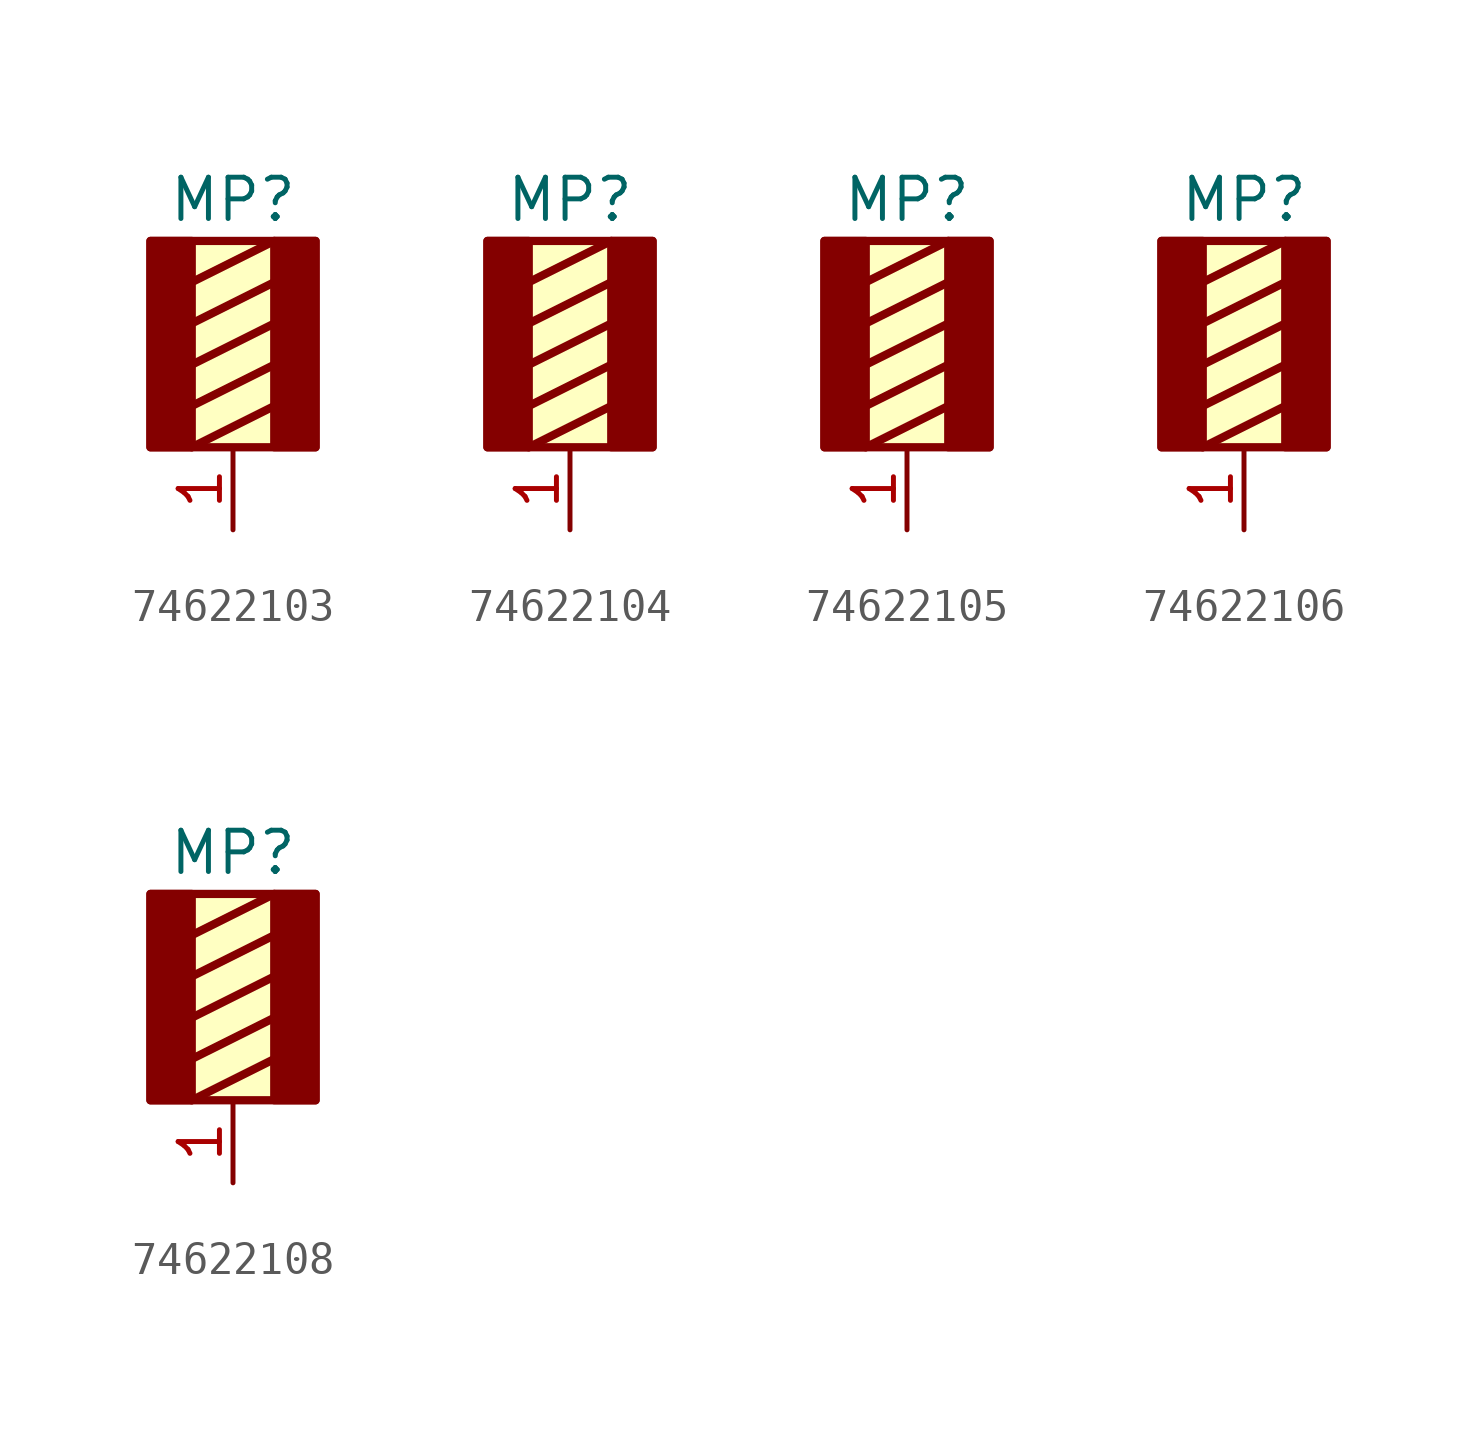
<source format=kicad_sym>
(kicad_symbol_lib
  (version 20220914)
  (generator kicad_symbol_editor)
  (symbol "74622103"
    (pin_names hide)
    (property "Reference" "MP"
      (at 0 5.08 0)
      (effects (font (size 1.27 1.27))))
    (symbol "74622103_0_0"
      (rectangle (start -2.54 3.81) (end 2.54 -2.54) (stroke (width 0.254) (type default)) (fill (type background)))
      (polyline (pts (xy -1.27 2.54) (xy 1.27 3.81)) (stroke (width 0.254) (type default)) (fill (type none)))
      (polyline (pts (xy 1.27 -1.27) (xy -1.27 -2.54)) (stroke (width 0.254) (type default)) (fill (type none)))
      (polyline (pts (xy 1.27 0) (xy -1.27 -1.27)) (stroke (width 0.254) (type default)) (fill (type none)))
      (polyline (pts (xy 1.27 1.27) (xy -1.27 0)) (stroke (width 0.254) (type default)) (fill (type none)))
      (polyline (pts (xy 1.27 2.54) (xy -1.27 1.27)) (stroke (width 0.254) (type default)) (fill (type none))))
    (symbol "74622103_1_0"
      (rectangle (start -2.54 3.81) (end -1.27 -2.54) (stroke (width 0.254) (type default)) (fill (type outline)))
      (rectangle (start 1.27 3.81) (end 2.54 -2.54) (stroke (width 0.254) (type default)) (fill (type outline)))
      (pin passive line (at 0 -5.08 90) (length 2.54) (name "1" (effects (font (size 1.27 1.27)))) (number "1" (effects (font (size 1.27 1.27)))))))
  (symbol "74622104"
    (pin_names hide)
    (property "Reference" "MP"
      (at 0 5.08 0)
      (effects (font (size 1.27 1.27))))
    (symbol "74622104_0_0"
      (rectangle (start -2.54 3.81) (end 2.54 -2.54) (stroke (width 0.254) (type default)) (fill (type background)))
      (polyline (pts (xy -1.27 2.54) (xy 1.27 3.81)) (stroke (width 0.254) (type default)) (fill (type none)))
      (polyline (pts (xy 1.27 -1.27) (xy -1.27 -2.54)) (stroke (width 0.254) (type default)) (fill (type none)))
      (polyline (pts (xy 1.27 0) (xy -1.27 -1.27)) (stroke (width 0.254) (type default)) (fill (type none)))
      (polyline (pts (xy 1.27 1.27) (xy -1.27 0)) (stroke (width 0.254) (type default)) (fill (type none)))
      (polyline (pts (xy 1.27 2.54) (xy -1.27 1.27)) (stroke (width 0.254) (type default)) (fill (type none))))
    (symbol "74622104_1_0"
      (rectangle (start -2.54 3.81) (end -1.27 -2.54) (stroke (width 0.254) (type default)) (fill (type outline)))
      (rectangle (start 1.27 3.81) (end 2.54 -2.54) (stroke (width 0.254) (type default)) (fill (type outline)))
      (pin passive line (at 0 -5.08 90) (length 2.54) (name "1" (effects (font (size 1.27 1.27)))) (number "1" (effects (font (size 1.27 1.27)))))))
  (symbol "74622105"
    (pin_names hide)
    (property "Reference" "MP"
      (at 0 5.08 0)
      (effects (font (size 1.27 1.27))))
    (symbol "74622105_0_0"
      (rectangle (start -2.54 3.81) (end 2.54 -2.54) (stroke (width 0.254) (type default)) (fill (type background)))
      (polyline (pts (xy -1.27 2.54) (xy 1.27 3.81)) (stroke (width 0.254) (type default)) (fill (type none)))
      (polyline (pts (xy 1.27 -1.27) (xy -1.27 -2.54)) (stroke (width 0.254) (type default)) (fill (type none)))
      (polyline (pts (xy 1.27 0) (xy -1.27 -1.27)) (stroke (width 0.254) (type default)) (fill (type none)))
      (polyline (pts (xy 1.27 1.27) (xy -1.27 0)) (stroke (width 0.254) (type default)) (fill (type none)))
      (polyline (pts (xy 1.27 2.54) (xy -1.27 1.27)) (stroke (width 0.254) (type default)) (fill (type none))))
    (symbol "74622105_1_0"
      (rectangle (start -2.54 3.81) (end -1.27 -2.54) (stroke (width 0.254) (type default)) (fill (type outline)))
      (rectangle (start 1.27 3.81) (end 2.54 -2.54) (stroke (width 0.254) (type default)) (fill (type outline)))
      (pin passive line (at 0 -5.08 90) (length 2.54) (name "1" (effects (font (size 1.27 1.27)))) (number "1" (effects (font (size 1.27 1.27)))))))
  (symbol "74622106"
    (pin_names hide)
    (property "Reference" "MP"
      (at 0 5.08 0)
      (effects (font (size 1.27 1.27))))
    (symbol "74622106_0_0"
      (rectangle (start -2.54 3.81) (end 2.54 -2.54) (stroke (width 0.254) (type default)) (fill (type background)))
      (polyline (pts (xy -1.27 2.54) (xy 1.27 3.81)) (stroke (width 0.254) (type default)) (fill (type none)))
      (polyline (pts (xy 1.27 -1.27) (xy -1.27 -2.54)) (stroke (width 0.254) (type default)) (fill (type none)))
      (polyline (pts (xy 1.27 0) (xy -1.27 -1.27)) (stroke (width 0.254) (type default)) (fill (type none)))
      (polyline (pts (xy 1.27 1.27) (xy -1.27 0)) (stroke (width 0.254) (type default)) (fill (type none)))
      (polyline (pts (xy 1.27 2.54) (xy -1.27 1.27)) (stroke (width 0.254) (type default)) (fill (type none))))
    (symbol "74622106_1_0"
      (rectangle (start -2.54 3.81) (end -1.27 -2.54) (stroke (width 0.254) (type default)) (fill (type outline)))
      (rectangle (start 1.27 3.81) (end 2.54 -2.54) (stroke (width 0.254) (type default)) (fill (type outline)))
      (pin passive line (at 0 -5.08 90) (length 2.54) (name "1" (effects (font (size 1.27 1.27)))) (number "1" (effects (font (size 1.27 1.27)))))))
  (symbol "74622108"
    (pin_names hide)
    (property "Reference" "MP"
      (at 0 5.08 0)
      (effects (font (size 1.27 1.27))))
    (symbol "74622108_0_0"
      (rectangle (start -2.54 3.81) (end 2.54 -2.54) (stroke (width 0.254) (type default)) (fill (type background)))
      (polyline (pts (xy -1.27 2.54) (xy 1.27 3.81)) (stroke (width 0.254) (type default)) (fill (type none)))
      (polyline (pts (xy 1.27 -1.27) (xy -1.27 -2.54)) (stroke (width 0.254) (type default)) (fill (type none)))
      (polyline (pts (xy 1.27 0) (xy -1.27 -1.27)) (stroke (width 0.254) (type default)) (fill (type none)))
      (polyline (pts (xy 1.27 1.27) (xy -1.27 0)) (stroke (width 0.254) (type default)) (fill (type none)))
      (polyline (pts (xy 1.27 2.54) (xy -1.27 1.27)) (stroke (width 0.254) (type default)) (fill (type none))))
    (symbol "74622108_1_0"
      (rectangle (start -2.54 3.81) (end -1.27 -2.54) (stroke (width 0.254) (type default)) (fill (type outline)))
      (rectangle (start 1.27 3.81) (end 2.54 -2.54) (stroke (width 0.254) (type default)) (fill (type outline)))
      (pin passive line (at 0 -5.08 90) (length 2.54) (name "1" (effects (font (size 1.27 1.27)))) (number "1" (effects (font (size 1.27 1.27))))))))
</source>
